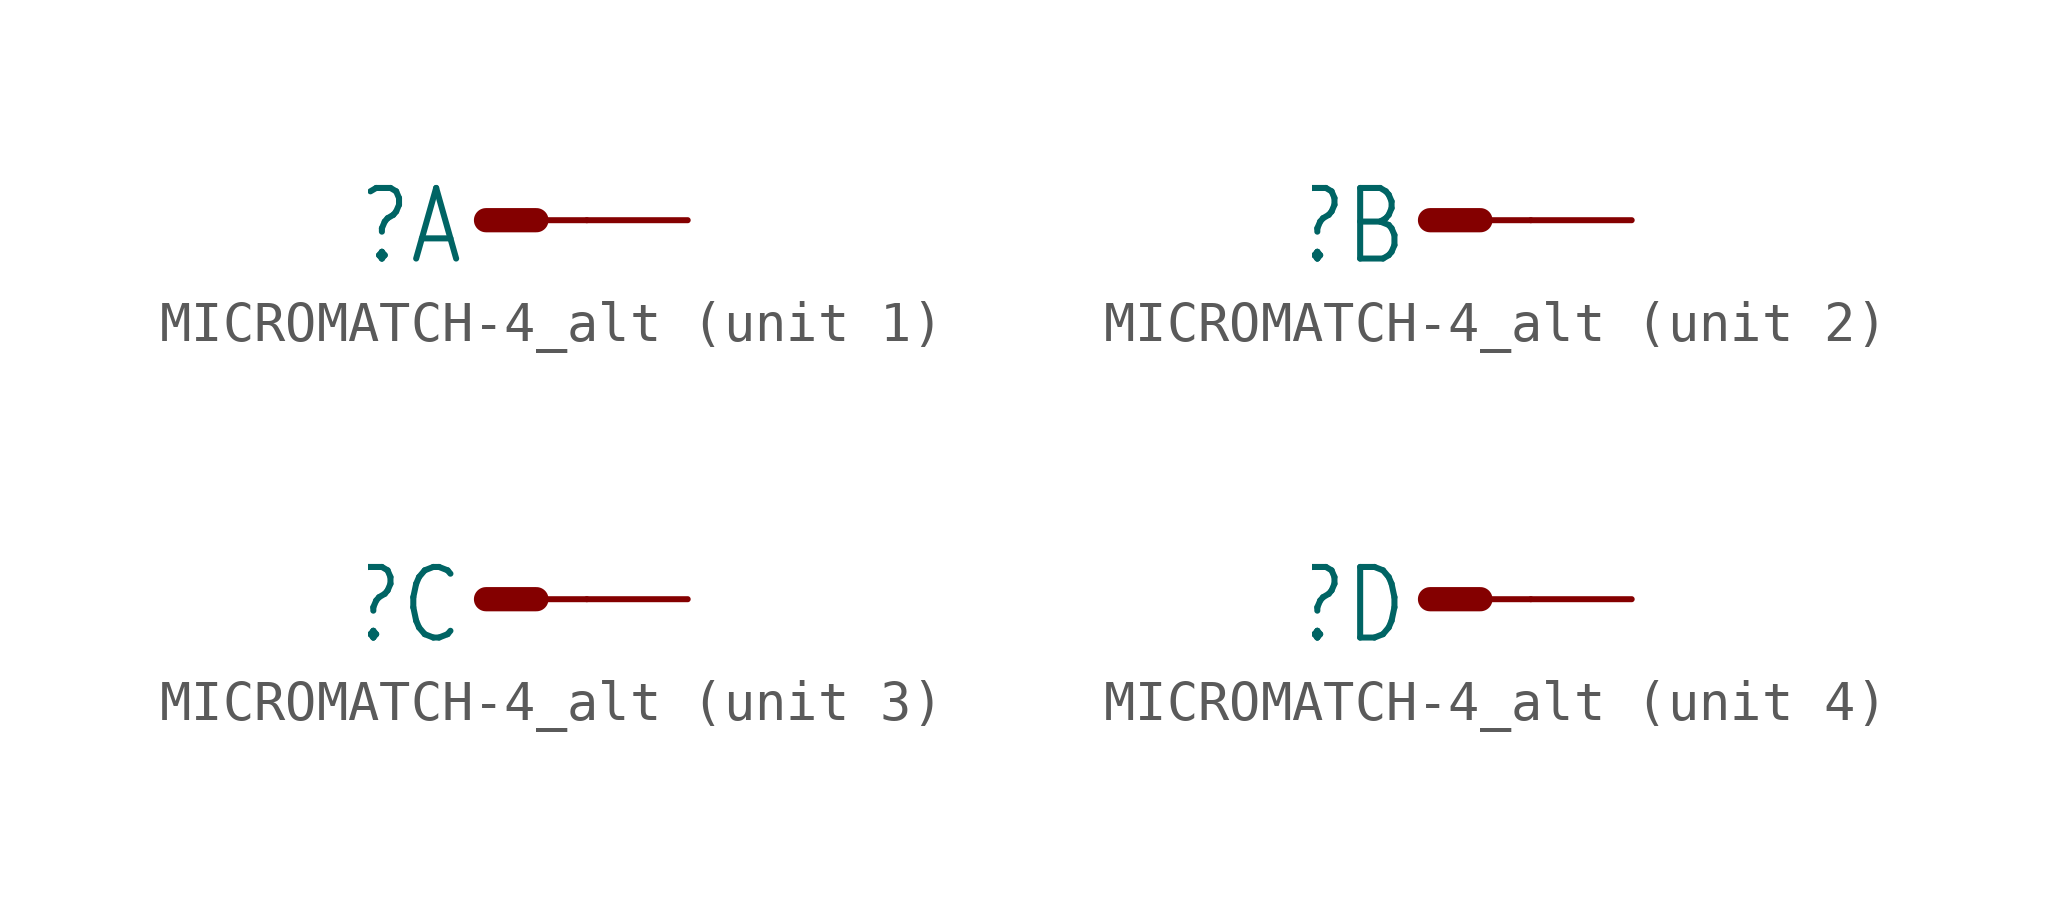
<source format=kicad_sym>
(kicad_symbol_lib
  (version 20231120)
  (generator "kicad_symbol_editor")
  (generator_version "8.0")
  (symbol "MICROMATCH-4_alt"
    (property "Reference" "X"
      (at -0.508 0.889 0)
      (effects (font (size 1.778 1.511)) (justify right top)))
    (property "ki_locked" ""
      (at 0 0 0)
      (effects (font (size 1.27 1.27))))
    (symbol "MICROMATCH-4_alt_1_0"
      (polyline (pts (xy 0 0) (xy 1.27 0)) (stroke (width 0.61) (type solid)) (fill (type none)))
      (polyline (pts (xy 1.27 0) (xy 2.54 0)) (stroke (width 0.152) (type solid)) (fill (type none)))
      (pin unspecified line (at 5.08 0 180) (length 2.54) (name "S" (effects (font (size 0 0)))) (number "1" (effects (font (size 0 0))))))
    (symbol "MICROMATCH-4_alt_2_0"
      (polyline (pts (xy 0 0) (xy 1.27 0)) (stroke (width 0.61) (type solid)) (fill (type none)))
      (polyline (pts (xy 1.27 0) (xy 2.54 0)) (stroke (width 0.152) (type solid)) (fill (type none)))
      (pin passive line (at 5.08 0 180) (length 2.54) (name "S" (effects (font (size 0 0)))) (number "2" (effects (font (size 0 0))))))
    (symbol "MICROMATCH-4_alt_3_0"
      (polyline (pts (xy 0 0) (xy 1.27 0)) (stroke (width 0.61) (type solid)) (fill (type none)))
      (polyline (pts (xy 1.27 0) (xy 2.54 0)) (stroke (width 0.152) (type solid)) (fill (type none)))
      (pin passive line (at 5.08 0 180) (length 2.54) (name "S" (effects (font (size 0 0)))) (number "3" (effects (font (size 0 0))))))
    (symbol "MICROMATCH-4_alt_4_0"
      (polyline (pts (xy 0 0) (xy 1.27 0)) (stroke (width 0.61) (type solid)) (fill (type none)))
      (polyline (pts (xy 1.27 0) (xy 2.54 0)) (stroke (width 0.152) (type solid)) (fill (type none)))
      (pin passive line (at 5.08 0 180) (length 2.54) (name "S" (effects (font (size 0 0)))) (number "4" (effects (font (size 0 0))))))))
</source>
